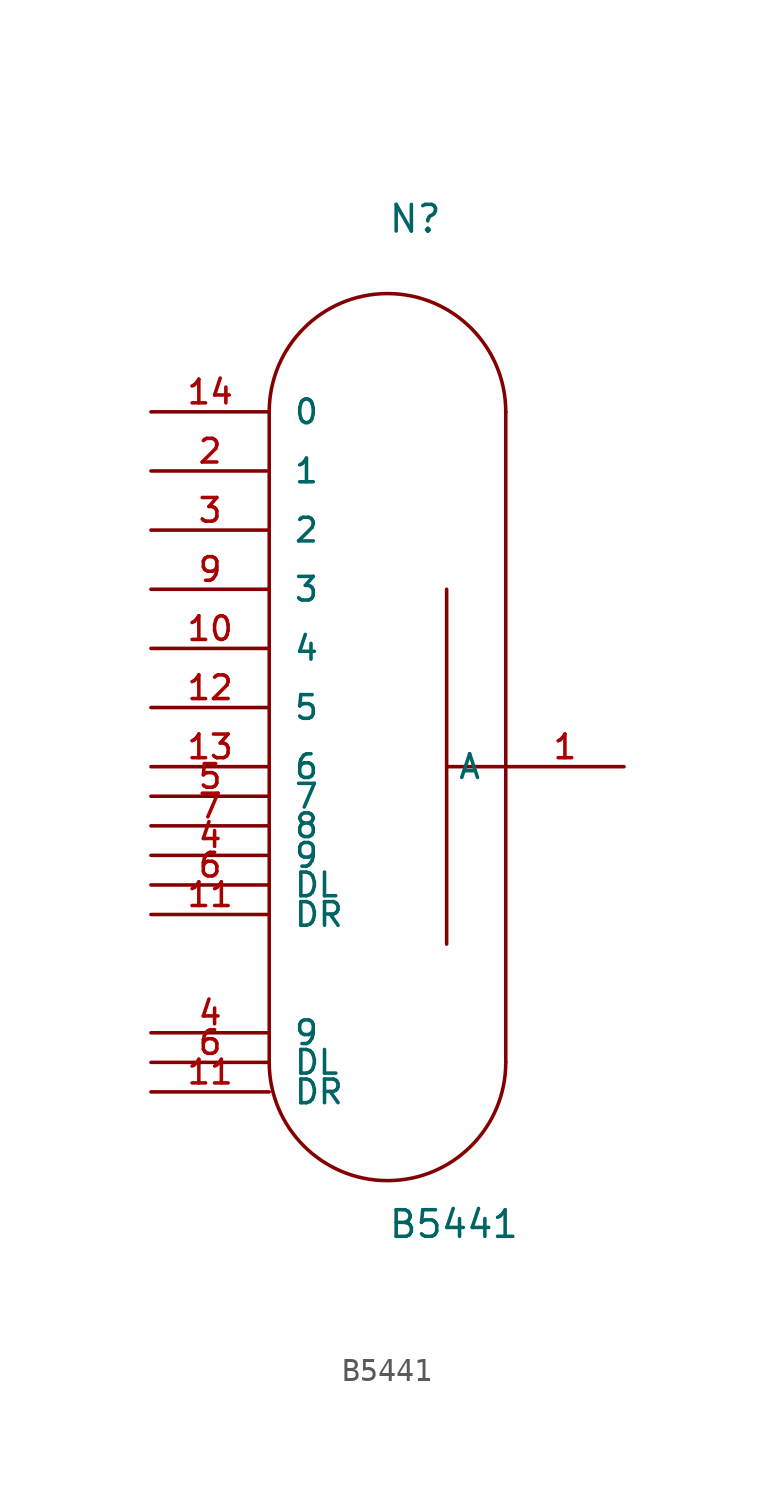
<source format=kicad_sym>
(kicad_symbol_lib
  (version 20220914)
  (generator kicad_symbol_editor)
  (symbol "B5441"
    (pin_names
      (offset 1.016))
    (property "Reference" "N"
      (at 0 22.86 0)
      (effects (font (size 1.143 1.143)) (justify left bottom)))
    (property "Value" "B5441"
      (at 0 -20.32 0)
      (effects (font (size 1.143 1.143)) (justify left bottom)))
    (property "ki_locked" ""
      (at 0 0 0)
      (effects (font (size 1.27 1.27))))
    (symbol "B5441_1_0"
      (polyline (pts (xy -5.08 15.24) (xy -5.08 -12.7)) (stroke (width 0) (type solid)) (fill (type none)))
      (polyline (pts (xy 2.54 -7.62) (xy 2.54 7.62)) (stroke (width 0) (type solid)) (fill (type none)))
      (polyline (pts (xy 5.08 0) (xy 2.54 0)) (stroke (width 0) (type solid)) (fill (type none)))
      (polyline (pts (xy 5.08 15.24) (xy 5.08 -12.7)) (stroke (width 0) (type solid)) (fill (type none))))
    (symbol "B5441_1_1"
      (arc (start -5.08 -12.7) (mid 0 -17.7579) (end 5.08 -12.7) (stroke (width 0) (type solid)) (fill (type none)))
      (arc (start 5.08 15.24) (mid 0 20.2979) (end -5.08 15.24) (stroke (width 0) (type solid)) (fill (type none)))
      (pin passive line (at 10.16 0 180) (length 5.08) (name "A" (effects (font (size 1.016 1.016)))) (number "1" (effects (font (size 1.016 1.016)))))
      (pin passive line (at -10.16 5.08 0) (length 5.08) (name "4" (effects (font (size 1.016 1.016)))) (number "10" (effects (font (size 1.016 1.016)))))
      (pin passive line (at -10.16 -13.97 0) (length 5.08) (name "DR" (effects (font (size 1.016 1.016)))) (number "11" (effects (font (size 1.016 1.016)))))
      (pin passive line (at -10.16 -6.35 0) (length 5.08) (name "DR" (effects (font (size 1.016 1.016)))) (number "11" (effects (font (size 1.016 1.016)))))
      (pin passive line (at -10.16 2.54 0) (length 5.08) (name "5" (effects (font (size 1.016 1.016)))) (number "12" (effects (font (size 1.016 1.016)))))
      (pin passive line (at -10.16 0 0) (length 5.08) (name "6" (effects (font (size 1.016 1.016)))) (number "13" (effects (font (size 1.016 1.016)))))
      (pin passive line (at -10.16 15.24 0) (length 5.08) (name "0" (effects (font (size 1.016 1.016)))) (number "14" (effects (font (size 1.016 1.016)))))
      (pin passive line (at -10.16 12.7 0) (length 5.08) (name "1" (effects (font (size 1.016 1.016)))) (number "2" (effects (font (size 1.016 1.016)))))
      (pin passive line (at -10.16 10.16 0) (length 5.08) (name "2" (effects (font (size 1.016 1.016)))) (number "3" (effects (font (size 1.016 1.016)))))
      (pin passive line (at -10.16 -11.43 0) (length 5.08) (name "9" (effects (font (size 1.016 1.016)))) (number "4" (effects (font (size 1.016 1.016)))))
      (pin passive line (at -10.16 -3.81 0) (length 5.08) (name "9" (effects (font (size 1.016 1.016)))) (number "4" (effects (font (size 1.016 1.016)))))
      (pin passive line (at -10.16 -1.27 0) (length 5.08) (name "7" (effects (font (size 1.016 1.016)))) (number "5" (effects (font (size 1.016 1.016)))))
      (pin passive line (at -10.16 -12.7 0) (length 5.08) (name "DL" (effects (font (size 1.016 1.016)))) (number "6" (effects (font (size 1.016 1.016)))))
      (pin passive line (at -10.16 -5.08 0) (length 5.08) (name "DL" (effects (font (size 1.016 1.016)))) (number "6" (effects (font (size 1.016 1.016)))))
      (pin passive line (at -10.16 -2.54 0) (length 5.08) (name "8" (effects (font (size 1.016 1.016)))) (number "7" (effects (font (size 1.016 1.016)))))
      (pin passive line (at -10.16 7.62 0) (length 5.08) (name "3" (effects (font (size 1.016 1.016)))) (number "9" (effects (font (size 1.016 1.016))))))))
</source>
